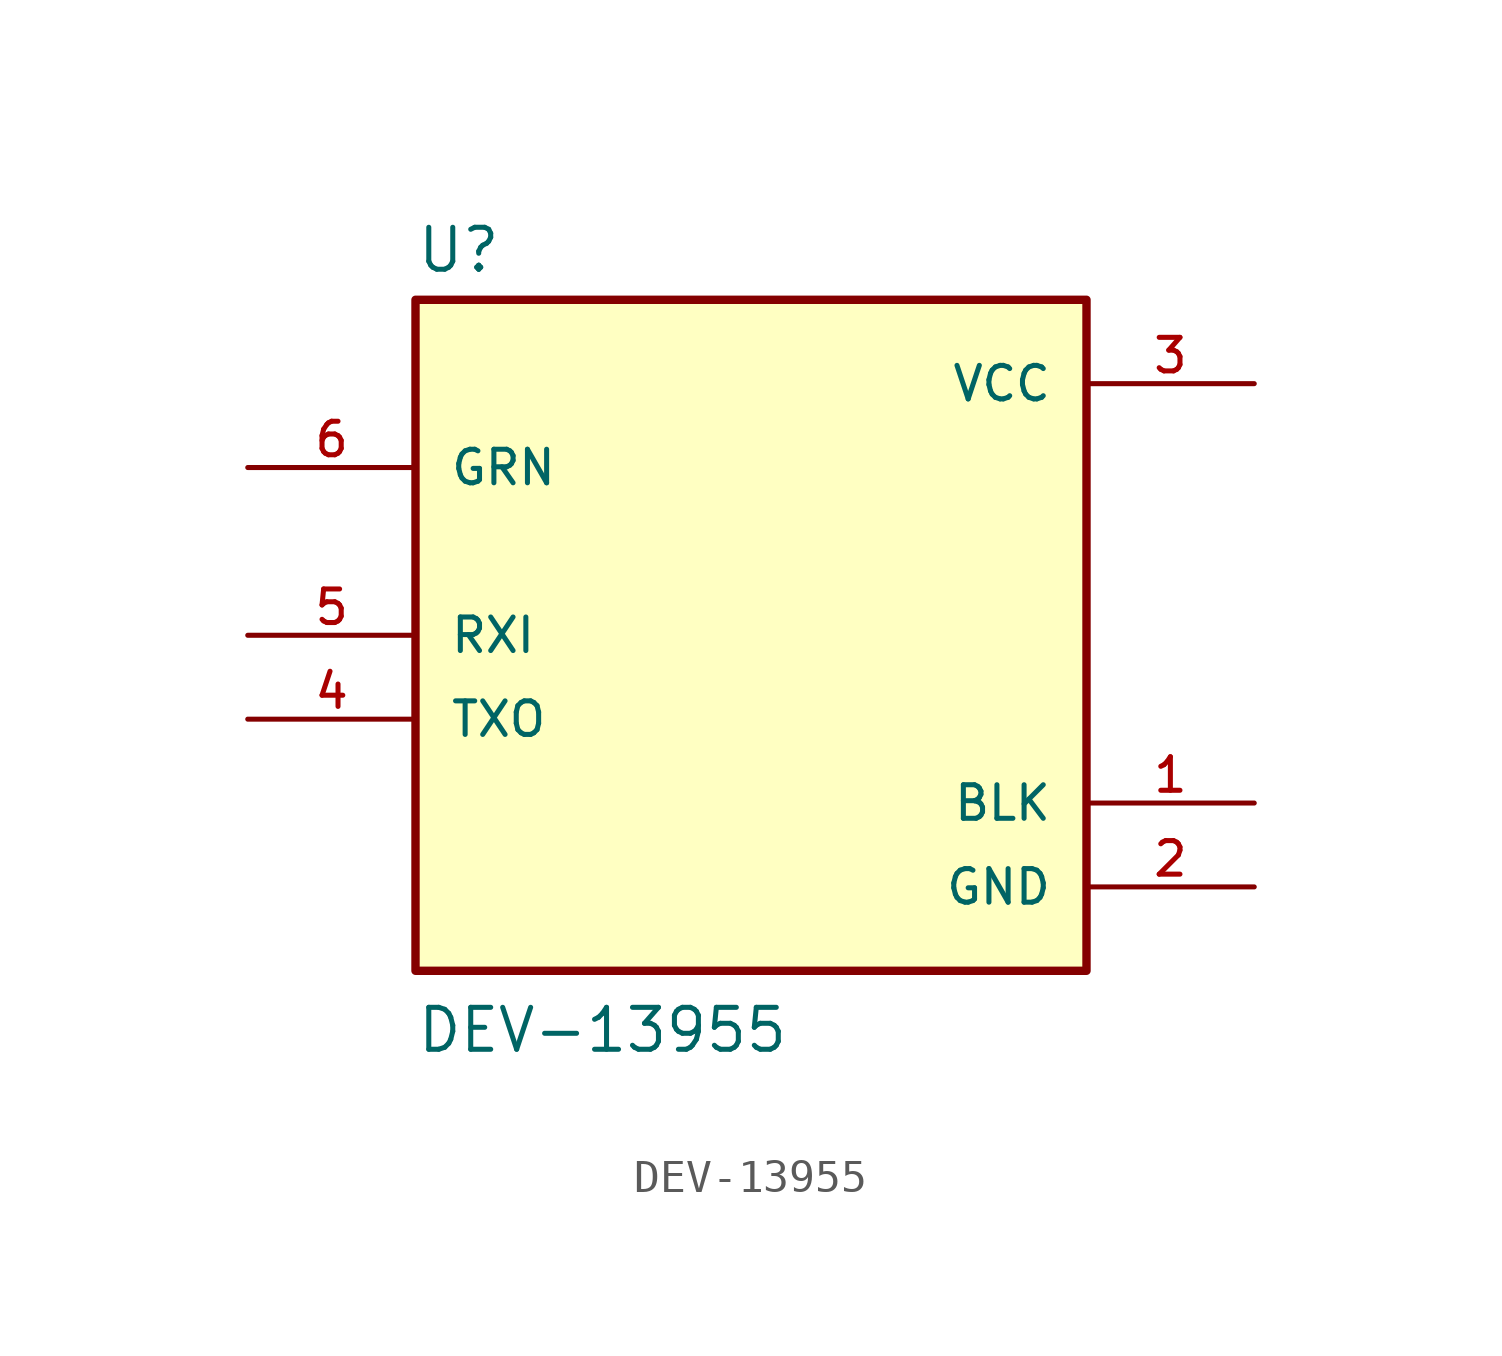
<source format=kicad_sym>
(kicad_symbol_lib
  (version 20211014)
  (generator kicad_symbol_editor)
  (symbol "DEV-13955"
    (pin_names
      (offset 1.016))
    (property "Reference" "U"
      (at -10.16 10.922 0)
      (effects (font (size 1.27 1.27)) (justify bottom left)))
    (property "Value" "DEV-13955"
      (at -10.16 -12.7 0)
      (effects (font (size 1.27 1.27)) (justify bottom left)))
    (symbol "DEV-13955_0_0"
      (rectangle (start -10.16 -10.16) (end 10.16 10.16) (stroke (width 0.254)) (fill (type background)))
      (pin input line (at -15.24 5.08 0) (length 5.08) (name "GRN" (effects (font (size 1.016 1.016)))) (number "6" (effects (font (size 1.016 1.016)))))
      (pin input line (at -15.24 0.0 0) (length 5.08) (name "RXI" (effects (font (size 1.016 1.016)))) (number "5" (effects (font (size 1.016 1.016)))))
      (pin output line (at -15.24 -2.54 0) (length 5.08) (name "TXO" (effects (font (size 1.016 1.016)))) (number "4" (effects (font (size 1.016 1.016)))))
      (pin power_in line (at 15.24 7.62 180.0) (length 5.08) (name "VCC" (effects (font (size 1.016 1.016)))) (number "3" (effects (font (size 1.016 1.016)))))
      (pin power_in line (at 15.24 -7.62 180.0) (length 5.08) (name "GND" (effects (font (size 1.016 1.016)))) (number "2" (effects (font (size 1.016 1.016)))))
      (pin power_in line (at 15.24 -5.08 180.0) (length 5.08) (name "BLK" (effects (font (size 1.016 1.016)))) (number "1" (effects (font (size 1.016 1.016))))))))
</source>
